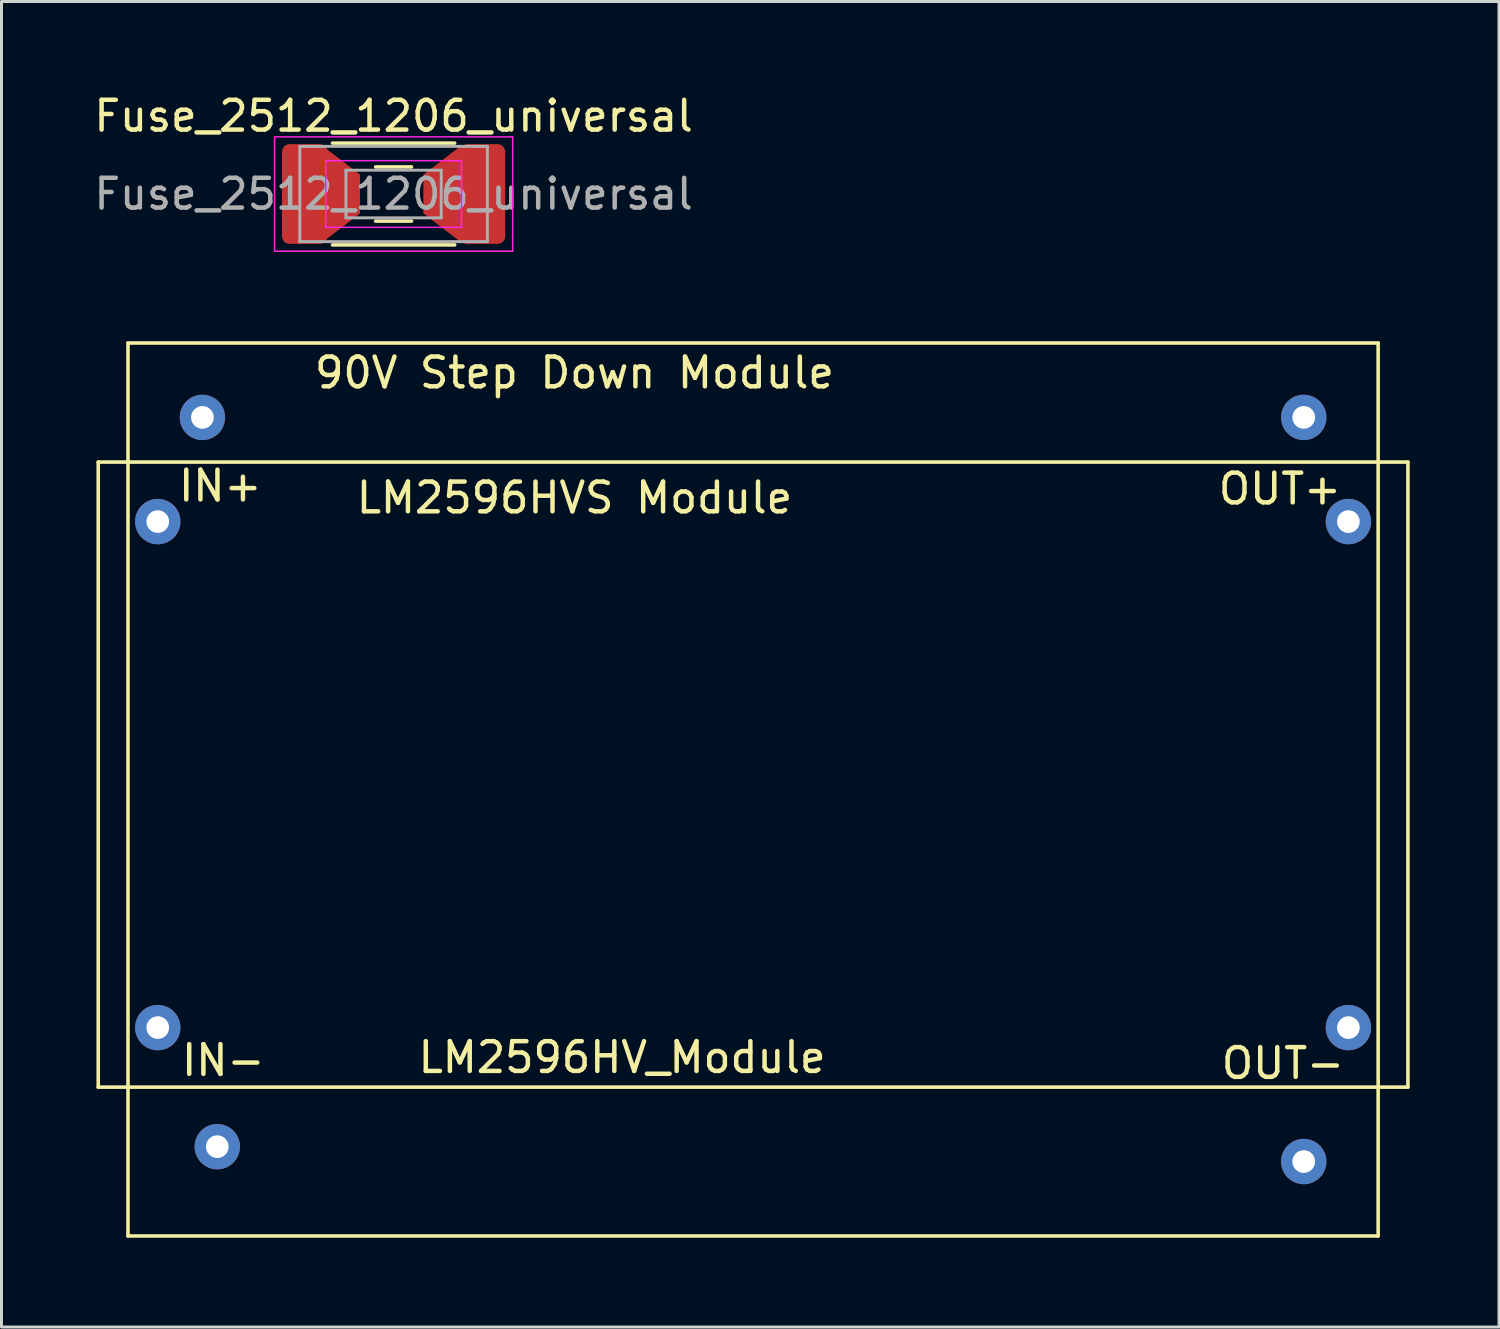
<source format=kicad_pcb>
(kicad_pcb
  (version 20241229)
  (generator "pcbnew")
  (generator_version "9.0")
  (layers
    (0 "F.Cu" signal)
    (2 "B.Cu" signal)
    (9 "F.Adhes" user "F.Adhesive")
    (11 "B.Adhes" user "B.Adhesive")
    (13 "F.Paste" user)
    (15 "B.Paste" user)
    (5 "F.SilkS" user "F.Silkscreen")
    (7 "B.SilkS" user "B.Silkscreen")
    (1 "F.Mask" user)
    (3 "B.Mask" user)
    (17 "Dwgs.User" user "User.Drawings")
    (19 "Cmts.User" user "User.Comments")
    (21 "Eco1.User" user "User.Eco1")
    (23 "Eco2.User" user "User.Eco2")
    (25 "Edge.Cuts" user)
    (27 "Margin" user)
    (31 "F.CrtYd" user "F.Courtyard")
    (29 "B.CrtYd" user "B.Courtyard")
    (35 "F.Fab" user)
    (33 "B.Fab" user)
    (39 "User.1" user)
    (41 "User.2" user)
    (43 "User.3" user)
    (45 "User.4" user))
  (footprint "Fuse_2512_1206_universal"
    (layer "F.Cu")
    (at 10.173 3.468)
    (property "Reference" "Fuse_2512_1206_universal" (at 0 -2.62 0) (layer "F.SilkS") (effects (font (size 1 1) (thickness 0.15))))
    (attr smd)
    (fp_line (start -2.052 -1.71) (end 2.052 -1.71) (stroke (width 0.12) (type solid)) (layer "F.SilkS"))
    (fp_line (start -2.052 1.71) (end 2.052 1.71) (stroke (width 0.12) (type solid)) (layer "F.SilkS"))
    (fp_line (start -0.602 -0.91) (end 0.602 -0.91) (stroke (width 0.12) (type solid)) (layer "F.SilkS"))
    (fp_line (start -0.602 0.91) (end 0.602 0.91) (stroke (width 0.12) (type solid)) (layer "F.SilkS"))
    (fp_line (start -4 -1.92) (end 4 -1.92) (stroke (width 0.05) (type solid)) (layer "F.CrtYd"))
    (fp_line (start -4 1.92) (end -4 -1.92) (stroke (width 0.05) (type solid)) (layer "F.CrtYd"))
    (fp_line (start -2.28 -1.12) (end 2.28 -1.12) (stroke (width 0.05) (type solid)) (layer "F.CrtYd"))
    (fp_line (start -2.28 1.12) (end -2.28 -1.12) (stroke (width 0.05) (type solid)) (layer "F.CrtYd"))
    (fp_line (start 2.28 -1.12) (end 2.28 1.12) (stroke (width 0.05) (type solid)) (layer "F.CrtYd"))
    (fp_line (start 2.28 1.12) (end -2.28 1.12) (stroke (width 0.05) (type solid)) (layer "F.CrtYd"))
    (fp_line (start 4 -1.92) (end 4 1.92) (stroke (width 0.05) (type solid)) (layer "F.CrtYd"))
    (fp_line (start 4 1.92) (end -4 1.92) (stroke (width 0.05) (type solid)) (layer "F.CrtYd"))
    (fp_line (start -3.15 -1.6) (end 3.15 -1.6) (stroke (width 0.1) (type solid)) (layer "F.Fab"))
    (fp_line (start -3.15 1.6) (end -3.15 -1.6) (stroke (width 0.1) (type solid)) (layer "F.Fab"))
    (fp_line (start -1.6 -0.8) (end 1.6 -0.8) (stroke (width 0.1) (type solid)) (layer "F.Fab"))
    (fp_line (start -1.6 0.8) (end -1.6 -0.8) (stroke (width 0.1) (type solid)) (layer "F.Fab"))
    (fp_line (start 1.6 -0.8) (end 1.6 0.8) (stroke (width 0.1) (type solid)) (layer "F.Fab"))
    (fp_line (start 1.6 0.8) (end -1.6 0.8) (stroke (width 0.1) (type solid)) (layer "F.Fab"))
    (fp_line (start 3.15 -1.6) (end 3.15 1.6) (stroke (width 0.1) (type solid)) (layer "F.Fab"))
    (fp_line (start 3.15 1.6) (end -3.15 1.6) (stroke (width 0.1) (type solid)) (layer "F.Fab"))
    (fp_text user "${REFERENCE}" (at 0 0 0) (layer "F.Fab") (effects (font (size 1 1) (thickness 0.15))))
    (pad "1" smd roundrect (at -2.987 0) (size 1.525 3.35) (layers "F.Cu" "F.Mask" "F.Paste") (roundrect_rratio 0.164))
    (pad "1" smd trapezoid (at -1.778 0 270) (size 2.3 1.3) (rect_delta 0 1) (layers "F.Cu" "F.Mask" "F.Paste"))
    (pad "2" smd trapezoid (at 1.651 0 90) (size 2.3 1.3) (rect_delta 0 1) (layers "F.Cu" "F.Mask" "F.Paste"))
    (pad "2" smd roundrect (at 2.987 0) (size 1.525 3.35) (layers "F.Cu" "F.Mask" "F.Paste") (roundrect_rratio 0.164)))
  (footprint "LM2596HV_Module"
    (layer "F.Cu")
    (at 0.25 33.473)
    (property "Reference" "LM2596HV_Module" (at 17.6 -1 0) (layer "F.SilkS") (effects (font (size 1 1) (thickness 0.15))))
    (attr through_hole)
    (fp_line (start 0 -21) (end 0 0) (stroke (width 0.12) (type solid)) (layer "F.SilkS"))
    (fp_line (start 0 0) (end 44 0) (stroke (width 0.12) (type solid)) (layer "F.SilkS"))
    (fp_line (start 1 -25) (end 1 5) (stroke (width 0.12) (type solid)) (layer "F.SilkS"))
    (fp_line (start 1 5) (end 43 5) (stroke (width 0.12) (type solid)) (layer "F.SilkS"))
    (fp_line (start 43 -25) (end 1 -25) (stroke (width 0.12) (type solid)) (layer "F.SilkS"))
    (fp_line (start 43 5) (end 43 -25) (stroke (width 0.12) (type solid)) (layer "F.SilkS"))
    (fp_line (start 44 -21) (end 0 -21) (stroke (width 0.12) (type solid)) (layer "F.SilkS"))
    (fp_line (start 44 0) (end 44 -21) (stroke (width 0.12) (type solid)) (layer "F.SilkS"))
    (fp_text user "OUT+" (at 39.7 -20.1 0) (layer "F.SilkS") (effects (font (size 1 1) (thickness 0.15))))
    (fp_text user "IN-" (at 4.2 -0.9 0) (layer "F.SilkS") (effects (font (size 1 1) (thickness 0.15))))
    (fp_text user "LM2596HVS Module" (at 16 -19.8 0) (layer "F.SilkS") (effects (font (size 1 1) (thickness 0.15))))
    (fp_text user "90V Step Down Module" (at 16 -24 0) (layer "F.SilkS") (effects (font (size 1 1) (thickness 0.15))))
    (fp_text user "IN+" (at 4.1 -20.2 0) (layer "F.SilkS") (effects (font (size 1 1) (thickness 0.15))))
    (fp_text user "OUT-" (at 39.8 -0.8 0) (layer "F.SilkS") (effects (font (size 1 1) (thickness 0.15))))
    (pad "1" thru_hole circle (at 2 -19) (size 1.524 1.524) (drill 0.762) (layers "*.Cu" "*.Mask"))
    (pad "2" thru_hole circle (at 3.5 -22.5) (size 1.524 1.524) (drill 0.762) (layers "*.Cu" "*.Mask"))
    (pad "3" thru_hole circle (at 2 -2) (size 1.524 1.524) (drill 0.762) (layers "*.Cu" "*.Mask"))
    (pad "4" thru_hole circle (at 4 2) (size 1.524 1.524) (drill 0.762) (layers "*.Cu" "*.Mask"))
    (pad "5" thru_hole circle (at 40.5 -22.5) (size 1.524 1.524) (drill 0.762) (layers "*.Cu" "*.Mask"))
    (pad "6" thru_hole circle (at 42 -19) (size 1.524 1.524) (drill 0.762) (layers "*.Cu" "*.Mask"))
    (pad "7" thru_hole circle (at 42 -2) (size 1.524 1.524) (drill 0.762) (layers "*.Cu" "*.Mask"))
    (pad "8" thru_hole circle (at 40.5 2.5) (size 1.524 1.524) (drill 0.762) (layers "*.Cu" "*.Mask")))
  (gr_rect
    (start -3 -3)
    (end 47.31 41.533)
    (stroke (width 0.1) (type default))
    (fill no)
    (layer "Edge.Cuts")))
</source>
